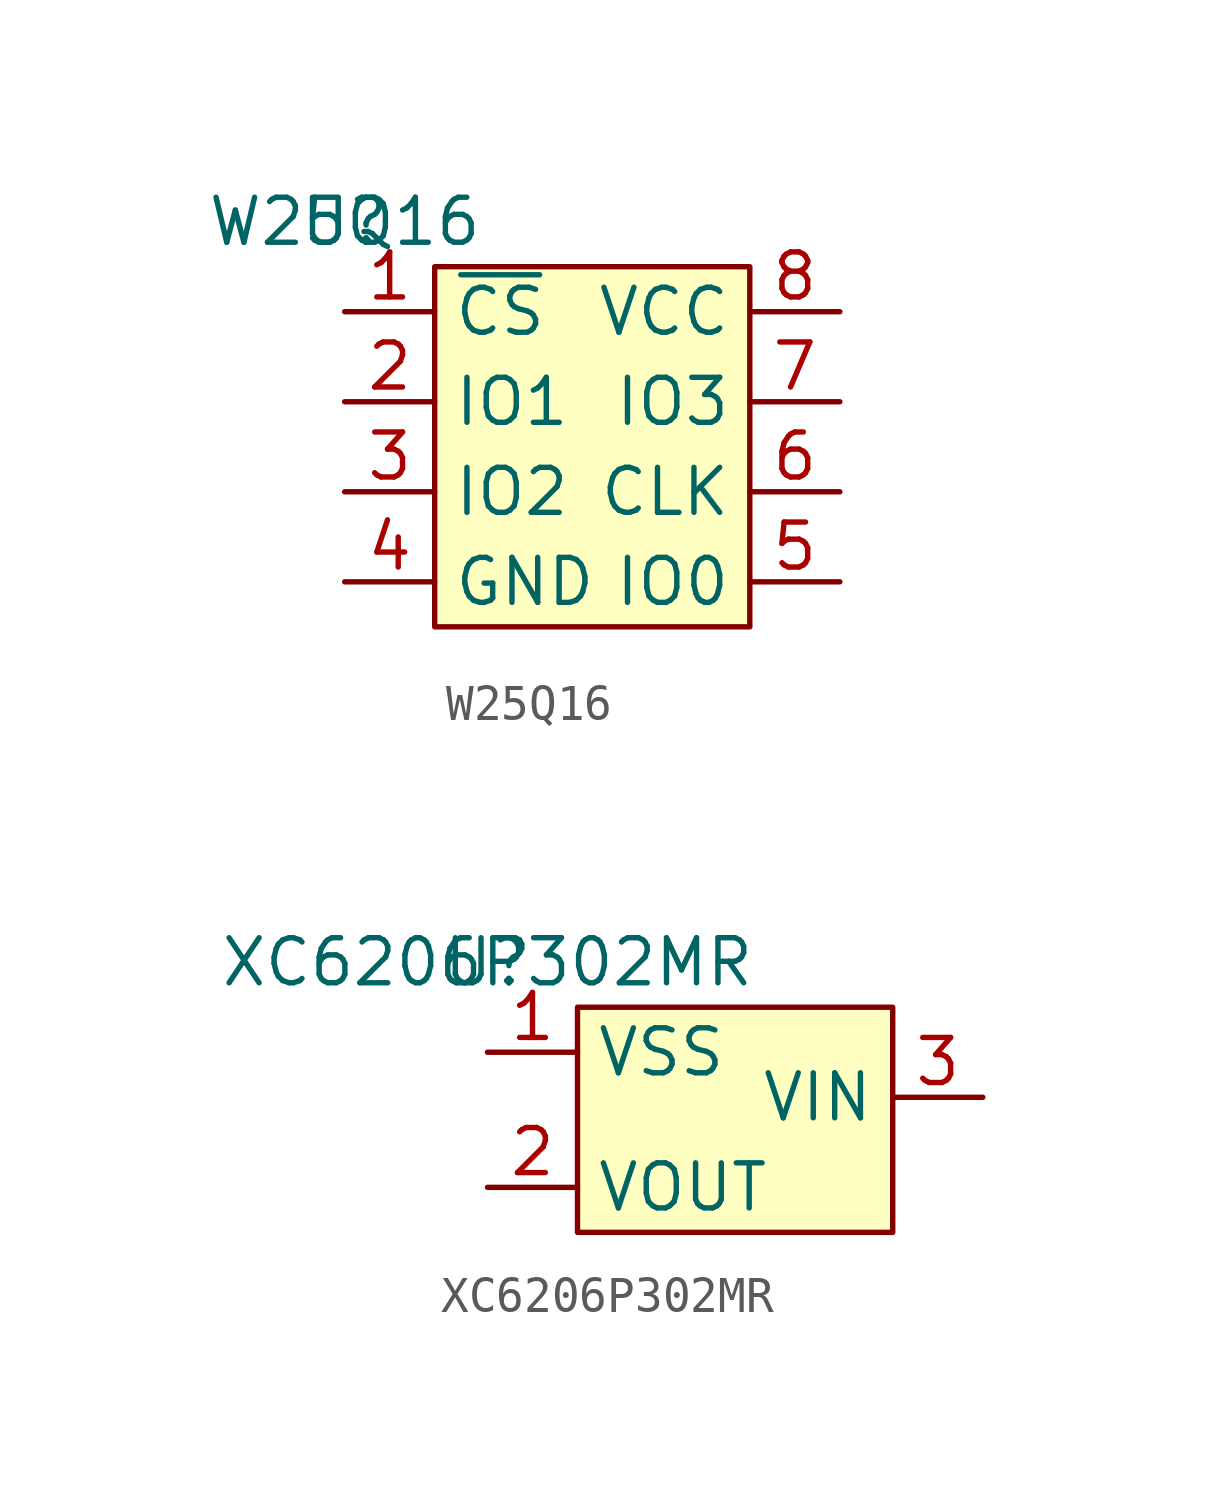
<source format=kicad_sym>
(kicad_symbol_lib
  (version 20211014)
  (generator kicad_symbol_editor)
  (symbol "W25Q16"
    (property "Reference" "U"
      (at 0 0 0)
      (effects (font (size 1.27 1.27))))
    (property "Value" "W25Q16"
      (at 0 0 0)
      (effects (font (size 1.27 1.27))))
    (symbol "W25Q16_0_1"
      (rectangle (start 2.54 -1.27) (end 11.43 -11.43) (stroke (width 0.152) (type default) (color 0 0 0 0)) (fill (type background))))
    (symbol "W25Q16_1_1"
      (pin passive line (at 0 -2.54 0) (length 2.54) (name "~{CS}" (effects (font (size 1.27 1.27)))) (number "1" (effects (font (size 1.27 1.27)))))
      (pin passive line (at 0 -5.08 0) (length 2.54) (name "IO1" (effects (font (size 1.27 1.27)))) (number "2" (effects (font (size 1.27 1.27)))))
      (pin passive line (at 0 -7.62 0) (length 2.54) (name "IO2" (effects (font (size 1.27 1.27)))) (number "3" (effects (font (size 1.27 1.27)))))
      (pin passive line (at 0 -10.16 0) (length 2.54) (name "GND" (effects (font (size 1.27 1.27)))) (number "4" (effects (font (size 1.27 1.27)))))
      (pin passive line (at 13.97 -10.16 180) (length 2.54) (name "IO0" (effects (font (size 1.27 1.27)))) (number "5" (effects (font (size 1.27 1.27)))))
      (pin passive line (at 13.97 -7.62 180) (length 2.54) (name "CLK" (effects (font (size 1.27 1.27)))) (number "6" (effects (font (size 1.27 1.27)))))
      (pin passive line (at 13.97 -5.08 180) (length 2.54) (name "IO3" (effects (font (size 1.27 1.27)))) (number "7" (effects (font (size 1.27 1.27)))))
      (pin passive line (at 13.97 -2.54 180) (length 2.54) (name "VCC" (effects (font (size 1.27 1.27)))) (number "8" (effects (font (size 1.27 1.27)))))))
  (symbol "XC6206P302MR"
    (property "Reference" "U"
      (at 0 0 0)
      (effects (font (size 1.27 1.27))))
    (property "Value" "XC6206P302MR"
      (at 0 0 0)
      (effects (font (size 1.27 1.27))))
    (symbol "XC6206P302MR_0_1"
      (rectangle (start 2.54 -1.27) (end 11.43 -7.62) (stroke (width 0.152) (type default) (color 0 0 0 0)) (fill (type background))))
    (symbol "XC6206P302MR_1_1"
      (pin passive line (at 0 -2.54 0) (length 2.54) (name "VSS" (effects (font (size 1.27 1.27)))) (number "1" (effects (font (size 1.27 1.27)))))
      (pin passive line (at 0 -6.35 0) (length 2.54) (name "VOUT" (effects (font (size 1.27 1.27)))) (number "2" (effects (font (size 1.27 1.27)))))
      (pin passive line (at 13.97 -3.81 180) (length 2.54) (name "VIN" (effects (font (size 1.27 1.27)))) (number "3" (effects (font (size 1.27 1.27))))))))
</source>
